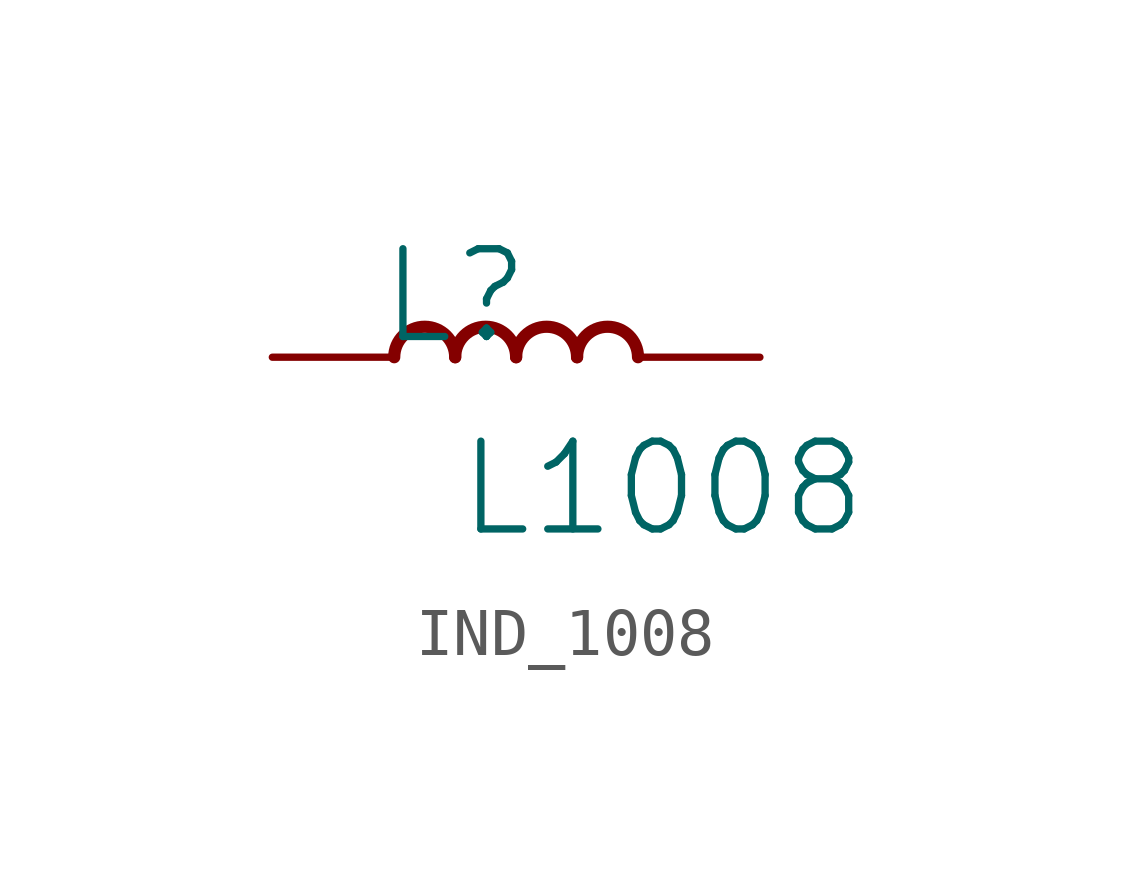
<source format=kicad_sym>
(kicad_symbol_lib
  (version 20231120)
  (generator "kicad_symbol_editor")
  (generator_version "8.0")
  (symbol "IND_1008"
    (property "Reference" "L"
      (at -1.27 1.27 0)
      (effects (font (size 1.829 1.829))))
    (property "Value" "L1008"
      (at -1.27 -3.81 0)
      (effects (font (size 1.829 1.829)) (justify left bottom)))
    (symbol "IND_1008_1_0"
      (arc (start -1.27 0) (mid -1.905 0.635) (end -2.54 0) (stroke (width 0.254) (type solid)) (fill (type none)))
      (arc (start 0 0) (mid -0.635 0.635) (end -1.27 0) (stroke (width 0.254) (type solid)) (fill (type none)))
      (arc (start 1.27 0) (mid 0.635 0.635) (end 0 0) (stroke (width 0.254) (type solid)) (fill (type none)))
      (arc (start 2.54 0) (mid 1.905 0.635) (end 1.27 0) (stroke (width 0.254) (type solid)) (fill (type none)))
      (pin passive line (at -5.08 0 0) (length 2.54) (name "1" (effects (font (size 0 0)))) (number "1" (effects (font (size 0 0)))))
      (pin passive line (at 5.08 0 180) (length 2.54) (name "2" (effects (font (size 0 0)))) (number "2" (effects (font (size 0 0))))))))
</source>
